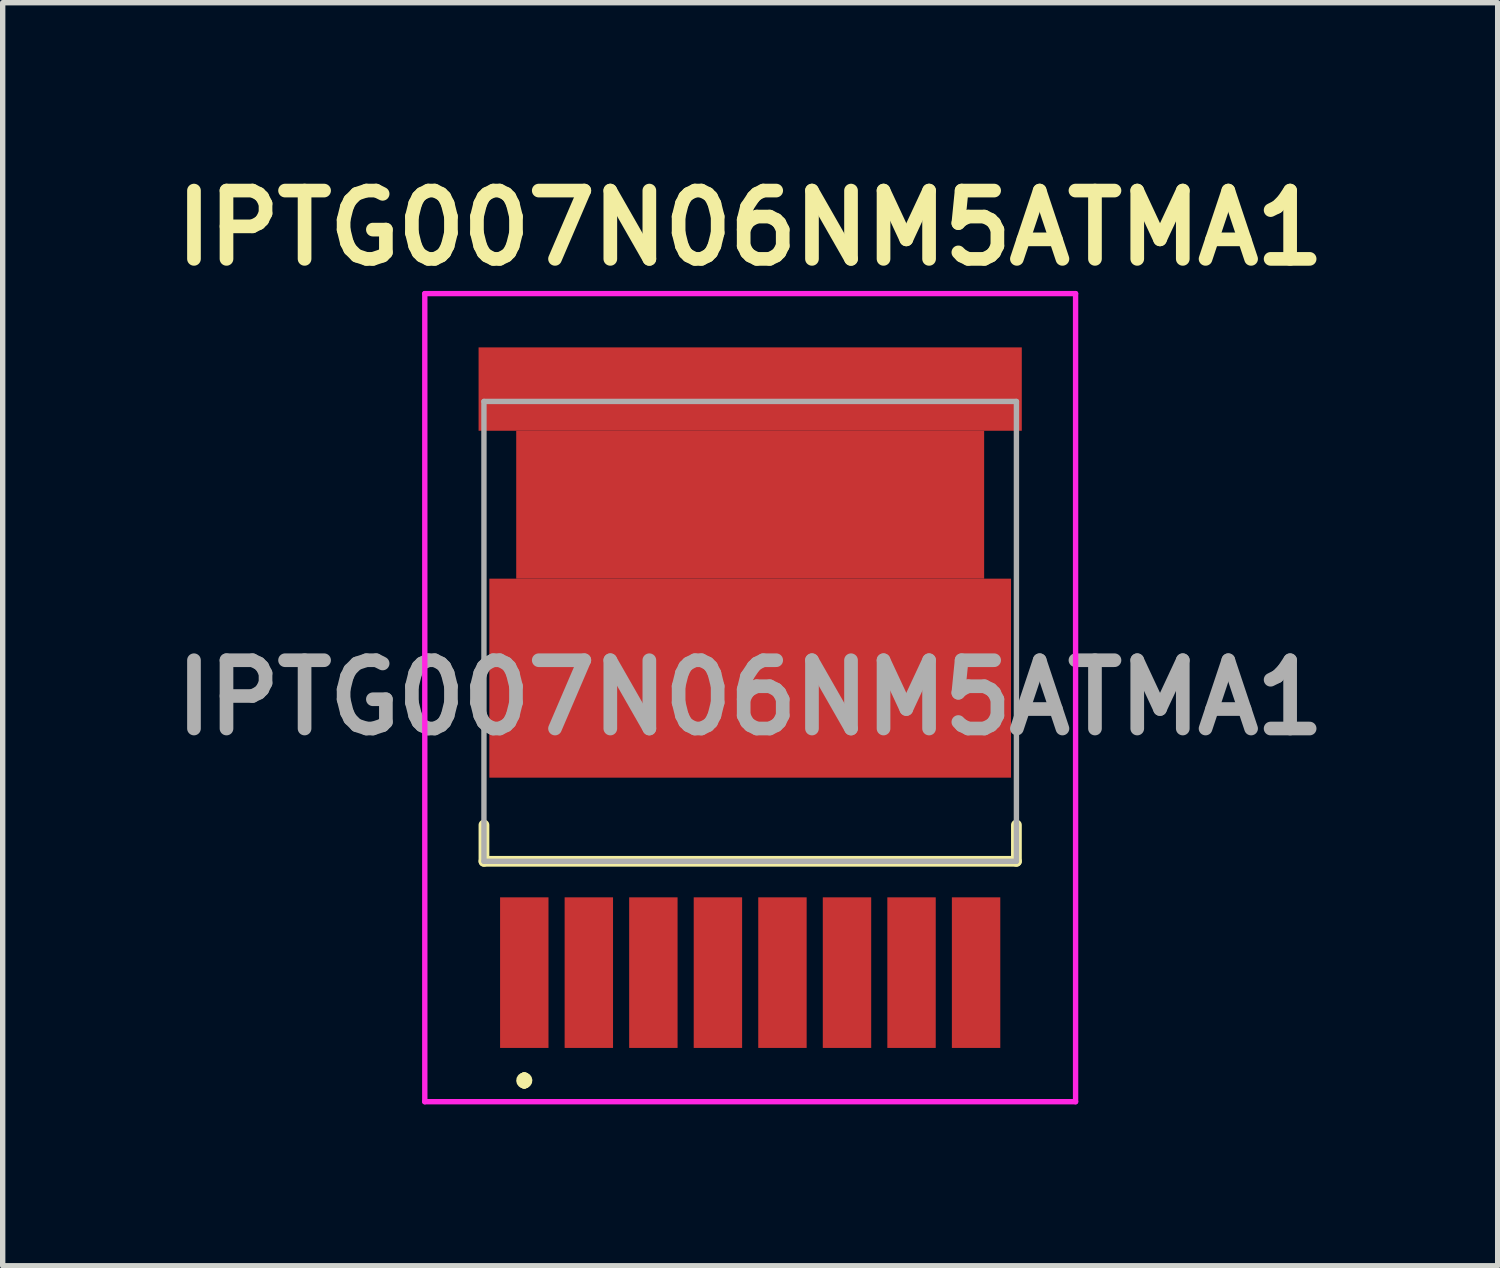
<source format=kicad_pcb>
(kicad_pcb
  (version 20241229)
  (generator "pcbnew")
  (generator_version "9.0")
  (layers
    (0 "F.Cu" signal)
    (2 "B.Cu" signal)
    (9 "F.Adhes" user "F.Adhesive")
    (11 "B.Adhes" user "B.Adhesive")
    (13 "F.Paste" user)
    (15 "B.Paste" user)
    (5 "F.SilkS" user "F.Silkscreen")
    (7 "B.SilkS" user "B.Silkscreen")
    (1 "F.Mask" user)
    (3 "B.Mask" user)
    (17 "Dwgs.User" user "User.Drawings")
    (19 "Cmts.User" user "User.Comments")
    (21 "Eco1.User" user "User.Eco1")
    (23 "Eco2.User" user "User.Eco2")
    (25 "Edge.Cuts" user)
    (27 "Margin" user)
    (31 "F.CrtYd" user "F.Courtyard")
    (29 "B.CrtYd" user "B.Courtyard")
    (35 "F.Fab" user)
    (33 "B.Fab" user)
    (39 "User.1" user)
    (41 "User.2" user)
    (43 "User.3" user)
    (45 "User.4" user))
  (footprint "IPTG007N06NM5ATMA1"
    (layer "F.Cu")
    (at 10.898 8.689)
    (property "Reference" "IPTG007N06NM5ATMA1" (at 0 -7.5 0) (layer "F.SilkS") (effects (font (size 1.27 1.27) (thickness 0.254))))
    (attr smd)
    (fp_line (start -4.95 3.6) (end -4.95 4.275) (stroke (width 0.2) (type solid)) (layer "F.SilkS"))
    (fp_line (start -4.95 4.275) (end 4.95 4.275) (stroke (width 0.2) (type solid)) (layer "F.SilkS"))
    (fp_line (start -4.2 8.3) (end -4.2 8.3) (stroke (width 0.2) (type solid)) (layer "F.SilkS"))
    (fp_line (start -4.2 8.3) (end -4.2 8.4) (stroke (width 0.2) (type solid)) (layer "F.SilkS"))
    (fp_line (start -4.2 8.4) (end -4.2 8.4) (stroke (width 0.2) (type solid)) (layer "F.SilkS"))
    (fp_line (start 4.95 4.275) (end 4.95 3.6) (stroke (width 0.2) (type solid)) (layer "F.SilkS"))
    (fp_arc (start -4.2 8.3) (mid -4.15 8.35) (end -4.2 8.4) (stroke (width 0.2) (type solid)) (layer "F.SilkS"))
    (fp_arc (start -4.2 8.4) (mid -4.25 8.35) (end -4.2 8.3) (stroke (width 0.2) (type solid)) (layer "F.SilkS"))
    (fp_line (start -6.05 -6.28) (end 6.05 -6.28) (stroke (width 0.1) (type solid)) (layer "F.CrtYd"))
    (fp_line (start -6.05 8.745) (end -6.05 -6.28) (stroke (width 0.1) (type solid)) (layer "F.CrtYd"))
    (fp_line (start 6.05 -6.28) (end 6.05 8.745) (stroke (width 0.1) (type solid)) (layer "F.CrtYd"))
    (fp_line (start 6.05 8.745) (end -6.05 8.745) (stroke (width 0.1) (type solid)) (layer "F.CrtYd"))
    (fp_line (start -4.95 -4.275) (end 4.95 -4.275) (stroke (width 0.1) (type solid)) (layer "F.Fab"))
    (fp_line (start -4.95 4.275) (end -4.95 -4.275) (stroke (width 0.1) (type solid)) (layer "F.Fab"))
    (fp_line (start 4.95 -4.275) (end 4.95 4.275) (stroke (width 0.1) (type solid)) (layer "F.Fab"))
    (fp_line (start 4.95 4.275) (end -4.95 4.275) (stroke (width 0.1) (type solid)) (layer "F.Fab"))
    (fp_text user "${REFERENCE}" (at 0 1.232 0) (layer "F.Fab") (effects (font (size 1.27 1.27) (thickness 0.254))))
    (pad "1" smd rect (at -4.2 6.345) (size 0.9 2.8) (layers "F.Cu" "F.Mask" "F.Paste"))
    (pad "2" smd rect (at -3 6.345) (size 0.9 2.8) (layers "F.Cu" "F.Mask" "F.Paste"))
    (pad "2" smd rect (at -1.8 6.345) (size 0.9 2.8) (layers "F.Cu" "F.Mask" "F.Paste"))
    (pad "2" smd rect (at -0.6 6.345) (size 0.9 2.8) (layers "F.Cu" "F.Mask" "F.Paste"))
    (pad "2" smd rect (at 0.6 6.345) (size 0.9 2.8) (layers "F.Cu" "F.Mask" "F.Paste"))
    (pad "2" smd rect (at 1.8 6.345) (size 0.9 2.8) (layers "F.Cu" "F.Mask" "F.Paste"))
    (pad "2" smd rect (at 3 6.345) (size 0.9 2.8) (layers "F.Cu" "F.Mask" "F.Paste"))
    (pad "2" smd rect (at 4.2 6.345) (size 0.9 2.8) (layers "F.Cu" "F.Mask" "F.Paste"))
    (pad "3" smd rect (at 0 -4.505 90) (size 1.55 10.1) (layers "F.Cu" "F.Mask" "F.Paste"))
    (pad "3" smd rect (at 0 -2.355 90) (size 2.75 8.7) (layers "F.Cu" "F.Mask" "F.Paste"))
    (pad "3" smd rect (at 0 0.87 90) (size 3.7 9.7) (layers "F.Cu" "F.Mask" "F.Paste")))
  (gr_rect
    (start -3 -3)
    (end 24.796 20.484)
    (stroke (width 0.1) (type default))
    (fill no)
    (layer "Edge.Cuts")))
</source>
